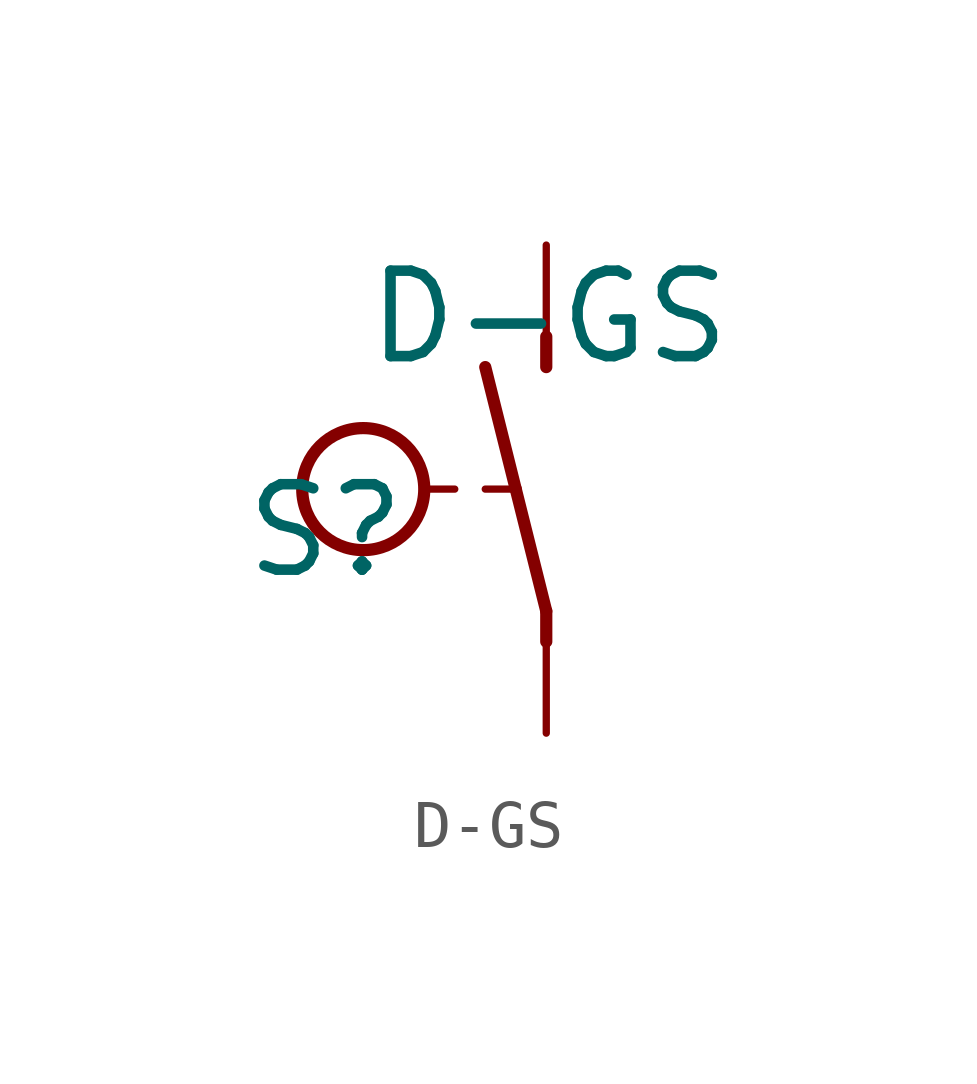
<source format=kicad_sym>
(kicad_symbol_lib
  (version 20220914)
  (generator Eagle2Kicad)
  (symbol "D-GS"
    (property "Reference" "S"
      (at -6.35 -1.905 0)
      (effects (font (size 1.778 1.778) (thickness 0.22)) (justify left bottom)))
    (property "Value" "D-GS"
      (at -3.81 2.54 0)
      (effects (font (size 1.778 1.778) (thickness 0.22)) (justify left bottom)))
    (polyline
      (pts (xy 0 -3.175) (xy 0 -2.54))
      (stroke (width 0.254) (type default))
      (fill (type none)))
    (polyline
      (pts (xy 0 2.54) (xy 0 3.175))
      (stroke (width 0.254) (type default))
      (fill (type none)))
    (polyline
      (pts (xy 0 -2.54) (xy -0.635 0))
      (stroke (width 0.254) (type default))
      (fill (type none)))
    (polyline
      (pts (xy -2.54 0) (xy -1.905 0))
      (stroke (width 0.152) (type default))
      (fill (type none)))
    (polyline
      (pts (xy -1.27 0) (xy -0.635 0))
      (stroke (width 0.152) (type default))
      (fill (type none)))
    (polyline
      (pts (xy -0.635 0) (xy -1.27 2.54))
      (stroke (width 0.254) (type default))
      (fill (type none)))
    (polyline
      (pts (xy 0 -3.175) (xy 0 -5.08))
      (stroke (width 0.152) (type default))
      (fill (type none)))
    (polyline
      (pts (xy 0 3.175) (xy 0 5.08))
      (stroke (width 0.152) (type default))
      (fill (type none)))
    (circle
      (center -3.81 0)
      (radius 1.27)
      (stroke (width 0.254) (type default))
      (fill (type none)))))
</source>
